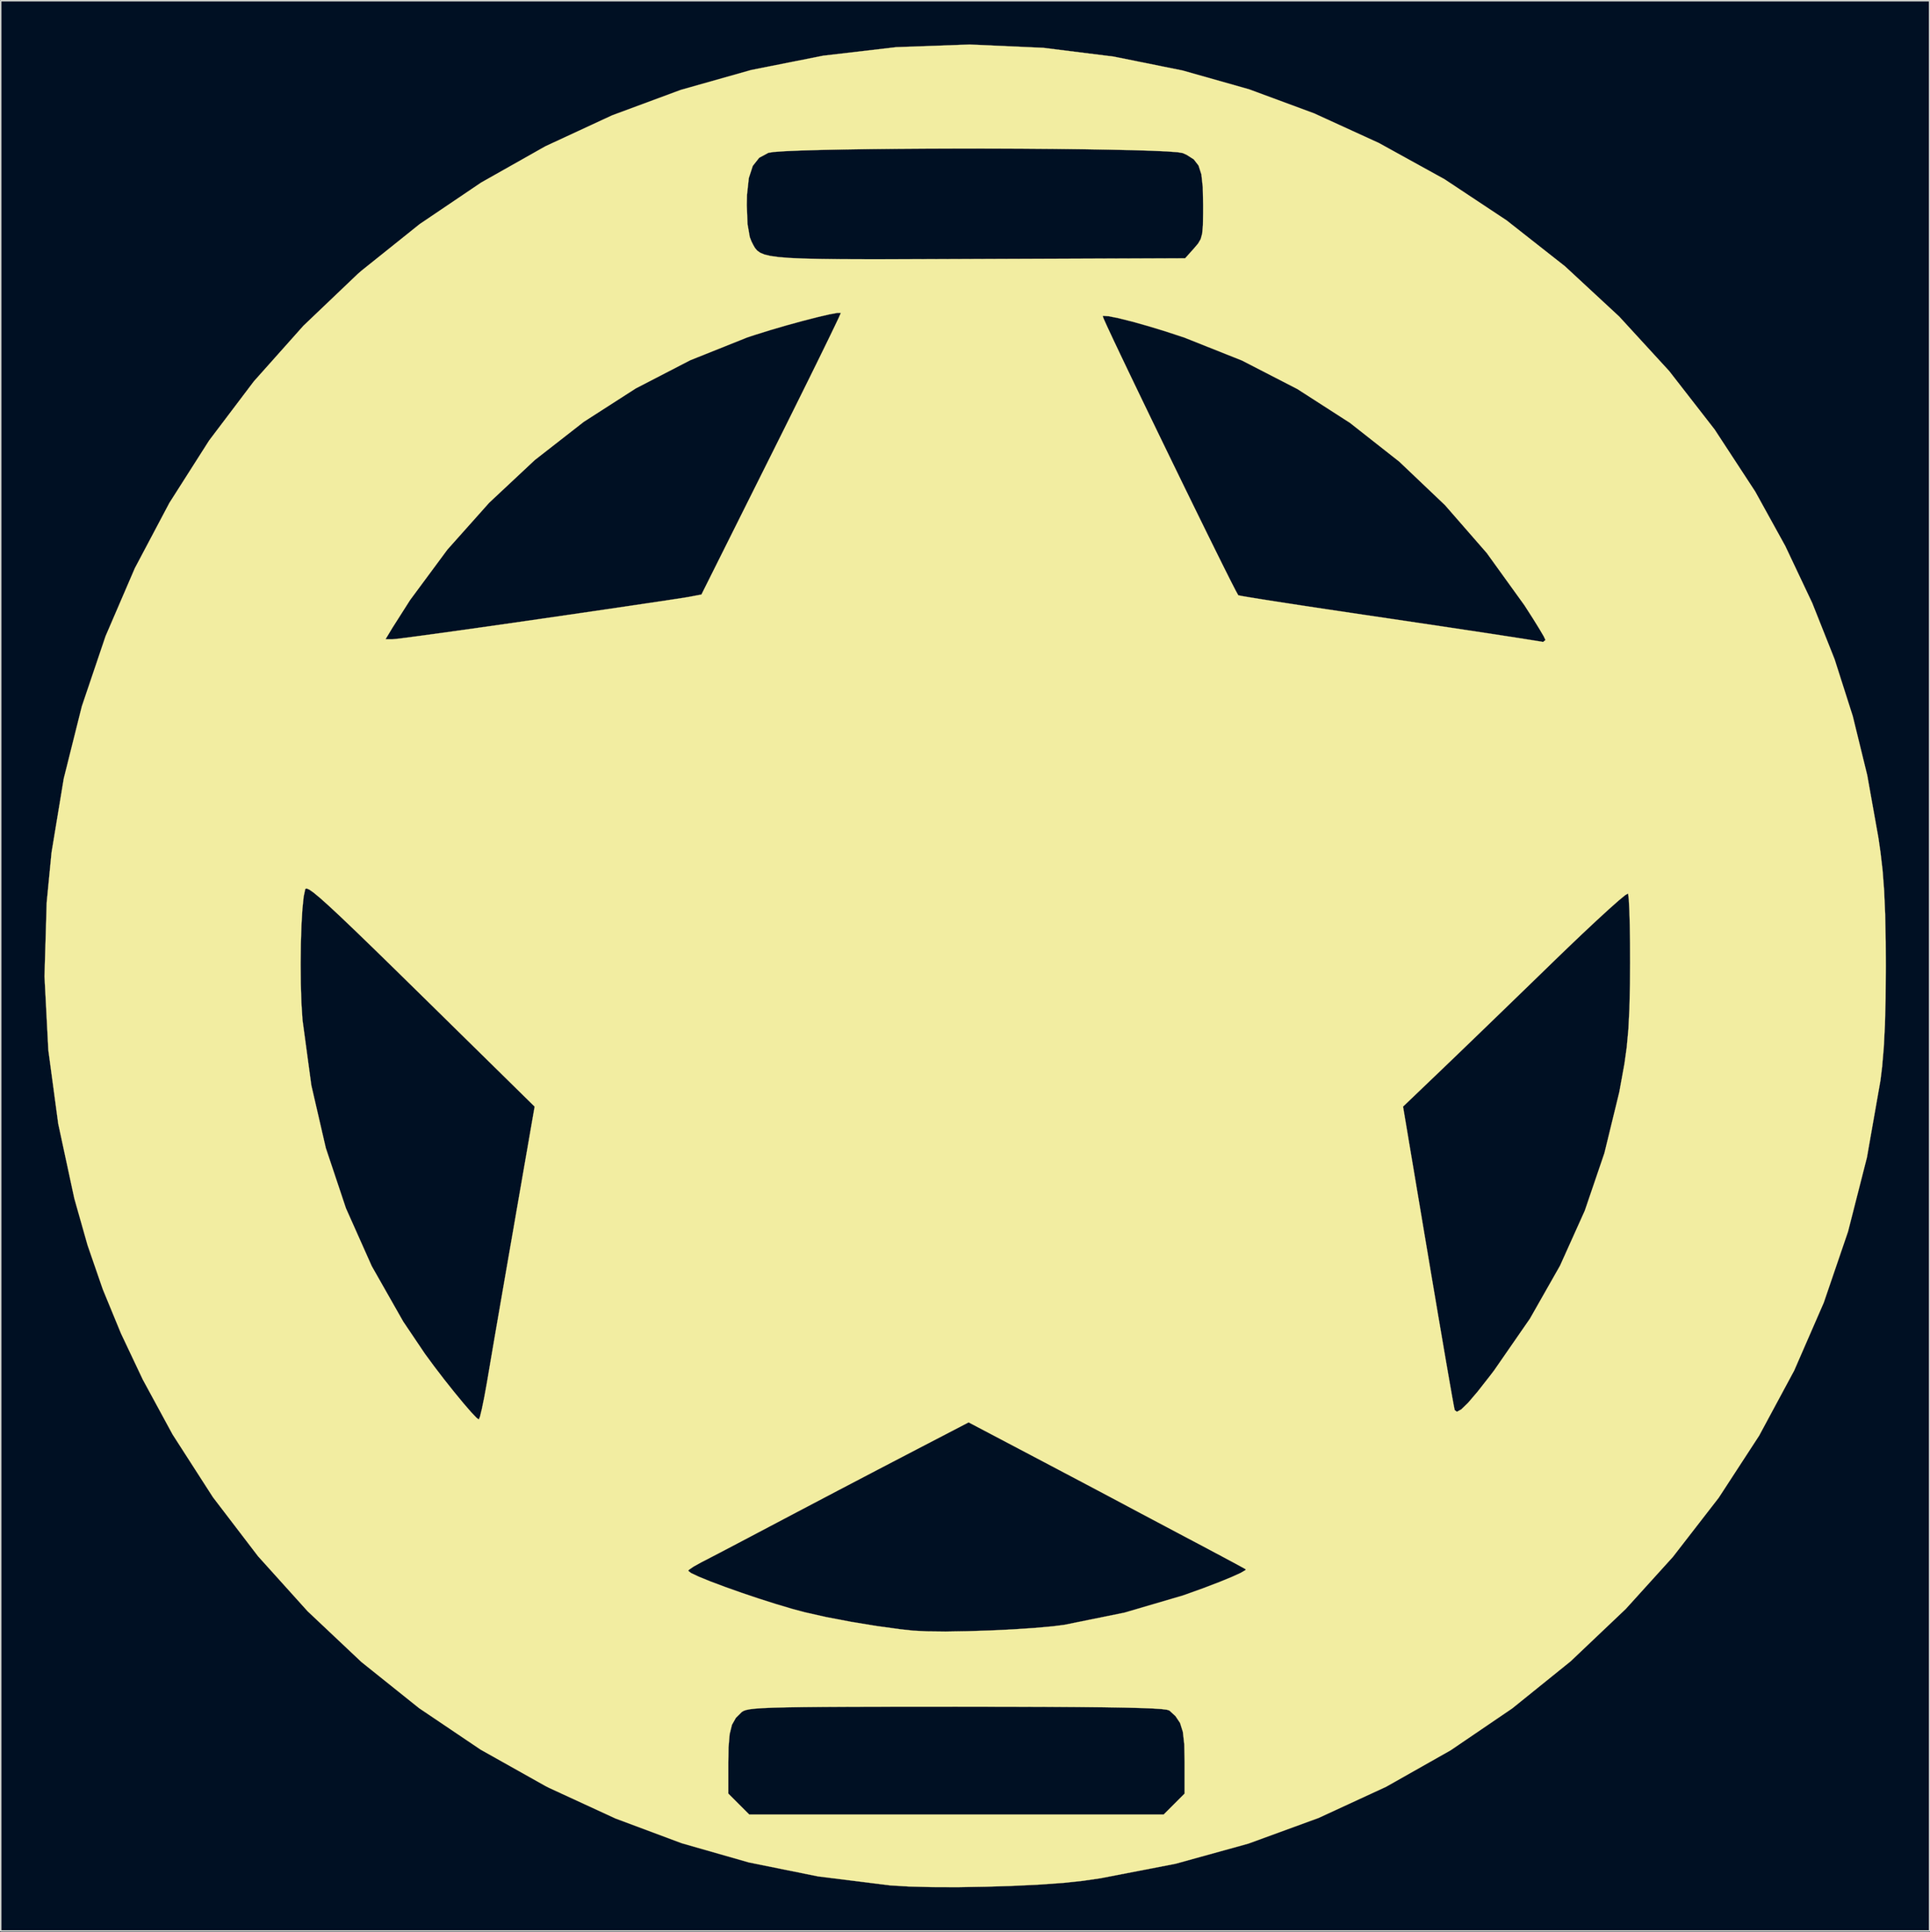
<source format=kicad_pcb>
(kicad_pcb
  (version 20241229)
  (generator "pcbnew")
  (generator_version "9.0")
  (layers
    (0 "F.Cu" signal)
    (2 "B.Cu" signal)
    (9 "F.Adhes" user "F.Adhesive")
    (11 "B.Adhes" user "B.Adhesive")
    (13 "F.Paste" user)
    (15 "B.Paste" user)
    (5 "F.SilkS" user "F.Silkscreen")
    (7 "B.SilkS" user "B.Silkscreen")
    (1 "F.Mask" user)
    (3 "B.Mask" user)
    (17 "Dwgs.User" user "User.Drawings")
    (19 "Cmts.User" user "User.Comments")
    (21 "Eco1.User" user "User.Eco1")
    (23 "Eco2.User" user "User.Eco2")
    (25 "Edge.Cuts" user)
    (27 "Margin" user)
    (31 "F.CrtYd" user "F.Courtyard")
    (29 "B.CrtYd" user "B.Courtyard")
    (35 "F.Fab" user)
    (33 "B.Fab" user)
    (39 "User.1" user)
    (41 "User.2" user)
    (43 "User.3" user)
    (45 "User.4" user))
  (footprint "PCB_Shape_01_120dpi"
    (layer "F.Cu")
    (at 63.242 63.251)
    (property "Reference" "PCB_Shape_01_120dpi" (at 0 0 0) (layer "F.SilkS") (effects (font (size 1.524 1.524) (thickness 0.3))))
    (attr through_hole)
    (fp_poly (pts (xy 5.341 -63.019) (xy 10.16 -62.418) (xy 14.893 -61.463) (xy 19.449 -60.174) (xy 23.912 -58.524) (xy 28.363 -56.489) (xy 32.87 -54.002) (xy 37.133 -51.177) (xy 41.135 -48.031) (xy 44.86 -44.58) (xy 48.29 -40.842) (xy 51.408 -36.833) (xy 54.197 -32.57) (xy 56.257 -28.84) (xy 58.111 -24.922) (xy 59.645 -21.066) (xy 60.891 -17.167) (xy 61.883 -13.119) (xy 62.652 -8.818) (xy 62.794 -7.832) (xy 62.94 -6.579) (xy 63.046 -5.187) (xy 63.116 -3.58) (xy 63.153 -1.683) (xy 63.161 0) (xy 63.147 2.168) (xy 63.102 3.989) (xy 63.024 5.537) (xy 62.909 6.889) (xy 62.794 7.832) (xy 61.864 13.125) (xy 60.567 18.208) (xy 58.902 23.082) (xy 56.868 27.749) (xy 54.465 32.211) (xy 51.69 36.471) (xy 48.544 40.531) (xy 45.307 44.104) (xy 41.527 47.692) (xy 37.519 50.924) (xy 33.293 53.797) (xy 28.859 56.304) (xy 24.226 58.442) (xy 19.404 60.204) (xy 14.404 61.587) (xy 9.235 62.585) (xy 8.043 62.757) (xy 6.743 62.896) (xy 5.129 63.012) (xy 3.308 63.101) (xy 1.385 63.162) (xy -0.535 63.192) (xy -2.346 63.187) (xy -3.943 63.147) (xy -5.186 63.071) (xy -10.13 62.455) (xy -14.878 61.497) (xy -19.494 60.177) (xy -24.045 58.478) (xy -28.594 56.381) (xy -28.84 56.257) (xy -31.762 54.617) (xy -16.298 54.617) (xy -16.298 56.769) (xy -15.579 57.489) (xy -14.859 58.208) (xy 13.589 58.208) (xy 15.028 56.769) (xy 15.028 54.572) (xy 15.003 53.392) (xy 14.907 52.541) (xy 14.715 51.925) (xy 14.397 51.452) (xy 13.98 51.071) (xy 13.812 51.018) (xy 13.438 50.971) (xy 12.836 50.932) (xy 11.98 50.899) (xy 10.849 50.871) (xy 9.418 50.85) (xy 7.665 50.834) (xy 5.565 50.822) (xy 3.095 50.815) (xy 0.231 50.812) (xy -0.635 50.811) (xy -3.454 50.812) (xy -5.881 50.814) (xy -7.945 50.818) (xy -9.678 50.826) (xy -11.109 50.838) (xy -12.269 50.854) (xy -13.188 50.876) (xy -13.898 50.905) (xy -14.428 50.94) (xy -14.809 50.983) (xy -15.072 51.035) (xy -15.246 51.096) (xy -15.363 51.167) (xy -15.374 51.175) (xy -15.775 51.571) (xy -16.045 52.049) (xy -16.206 52.697) (xy -16.282 53.604) (xy -16.298 54.617) (xy -31.762 54.617) (xy -33.301 53.754) (xy -37.522 50.909) (xy -41.487 47.737) (xy -45.178 44.257) (xy -47.679 41.482) (xy -19.05 41.482) (xy -18.859 41.634) (xy -18.331 41.884) (xy -17.535 42.209) (xy -16.539 42.583) (xy -15.412 42.983) (xy -14.222 43.384) (xy -13.037 43.761) (xy -11.927 44.092) (xy -11.056 44.326) (xy -9.59 44.656) (xy -7.881 44.982) (xy -6.109 45.273) (xy -4.454 45.499) (xy -3.598 45.59) (xy -2.649 45.638) (xy -1.385 45.65) (xy 0.09 45.629) (xy 1.669 45.578) (xy 3.246 45.503) (xy 4.717 45.406) (xy 5.975 45.293) (xy 6.773 45.191) (xy 10.893 44.356) (xy 14.901 43.18) (xy 15.151 43.093) (xy 16.321 42.672) (xy 17.373 42.27) (xy 18.245 41.914) (xy 18.874 41.628) (xy 19.2 41.439) (xy 19.226 41.385) (xy 19.026 41.27) (xy 18.51 40.989) (xy 17.74 40.576) (xy 16.773 40.061) (xy 15.671 39.476) (xy 15.663 39.473) (xy 14.431 38.821) (xy 13.211 38.174) (xy 12.1 37.585) (xy 11.192 37.102) (xy 10.689 36.834) (xy 10.069 36.504) (xy 9.15 36.017) (xy 8.009 35.413) (xy 6.721 34.734) (xy 5.364 34.018) (xy 4.704 33.67) (xy 0.2 31.299) (xy -3.34 33.139) (xy -6.054 34.553) (xy -8.77 35.975) (xy -11.612 37.469) (xy -14.703 39.099) (xy -14.711 39.103) (xy -15.74 39.645) (xy -16.719 40.159) (xy -17.543 40.588) (xy -18.109 40.881) (xy -18.15 40.902) (xy -18.677 41.193) (xy -19.001 41.417) (xy -19.05 41.482) (xy -47.679 41.482) (xy -48.579 40.484) (xy -51.672 36.437) (xy -54.442 32.132) (xy -56.489 28.363) (xy -57.989 25.193) (xy -59.235 22.169) (xy -60.279 19.148) (xy -61.175 15.989) (xy -61.197 15.904) (xy -62.294 10.812) (xy -62.974 5.753) (xy -63.237 0.7) (xy -63.212 -0.162) (xy -45.655 -0.162) (xy -45.643 1.21) (xy -45.602 2.503) (xy -45.53 3.633) (xy -45.524 3.704) (xy -44.92 8.172) (xy -43.926 12.475) (xy -42.543 16.612) (xy -40.772 20.582) (xy -38.612 24.383) (xy -37.117 26.601) (xy -36.489 27.454) (xy -35.806 28.346) (xy -35.119 29.21) (xy -34.483 29.982) (xy -33.95 30.598) (xy -33.575 30.991) (xy -33.424 31.103) (xy -33.344 30.911) (xy -33.214 30.379) (xy -33.052 29.584) (xy -32.873 28.603) (xy -32.841 28.416) (xy -32.698 27.574) (xy -32.554 26.724) (xy -32.399 25.819) (xy -32.226 24.813) (xy -32.027 23.659) (xy -31.793 22.31) (xy -31.518 20.72) (xy -31.191 18.841) (xy -30.807 16.627) (xy -30.474 14.711) (xy -29.591 9.631) (xy 30.021 9.631) (xy 31.745 19.897) (xy 32.089 21.935) (xy 32.413 23.85) (xy 32.712 25.602) (xy 32.977 27.148) (xy 33.202 28.447) (xy 33.38 29.458) (xy 33.503 30.139) (xy 33.565 30.448) (xy 33.568 30.459) (xy 33.717 30.572) (xy 34.016 30.412) (xy 34.484 29.958) (xy 35.138 29.192) (xy 35.998 28.095) (xy 36.283 27.72) (xy 38.735 24.178) (xy 40.799 20.546) (xy 42.496 16.777) (xy 43.844 12.824) (xy 44.865 8.639) (xy 45.223 6.668) (xy 45.377 5.554) (xy 45.489 4.333) (xy 45.561 2.92) (xy 45.599 1.232) (xy 45.609 -0.247) (xy 45.604 -1.601) (xy 45.586 -2.81) (xy 45.558 -3.812) (xy 45.521 -4.542) (xy 45.478 -4.938) (xy 45.46 -4.987) (xy 45.277 -4.882) (xy 44.829 -4.514) (xy 44.153 -3.915) (xy 43.285 -3.119) (xy 42.261 -2.159) (xy 41.119 -1.069) (xy 40.319 -0.295) (xy 38.961 1.023) (xy 37.562 2.378) (xy 36.188 3.708) (xy 34.903 4.949) (xy 33.774 6.037) (xy 32.865 6.91) (xy 32.676 7.091) (xy 30.021 9.631) (xy -29.591 9.631) (xy -37.39 1.969) (xy -39.159 0.235) (xy -40.65 -1.22) (xy -41.888 -2.417) (xy -42.894 -3.377) (xy -43.691 -4.12) (xy -44.301 -4.667) (xy -44.748 -5.039) (xy -45.053 -5.255) (xy -45.24 -5.337) (xy -45.331 -5.305) (xy -45.339 -5.288) (xy -45.447 -4.774) (xy -45.534 -3.92) (xy -45.599 -2.811) (xy -45.64 -1.531) (xy -45.655 -0.162) (xy -63.212 -0.162) (xy -63.087 -4.372) (xy -62.752 -7.817) (xy -61.915 -12.88) (xy -60.675 -17.831) (xy -59.117 -22.437) (xy -39.828 -22.437) (xy -39.344 -22.437) (xy -39.039 -22.466) (xy -38.36 -22.551) (xy -37.351 -22.685) (xy -36.057 -22.861) (xy -34.521 -23.075) (xy -32.788 -23.319) (xy -30.903 -23.588) (xy -29.325 -23.815) (xy -27.335 -24.104) (xy -25.45 -24.378) (xy -23.715 -24.633) (xy -22.178 -24.86) (xy -20.886 -25.052) (xy -19.883 -25.204) (xy -19.218 -25.307) (xy -18.966 -25.35) (xy -18.141 -25.506) (xy -13.328 -35.137) (xy -12.394 -37.008) (xy -11.523 -38.762) (xy -10.73 -40.363) (xy -10.035 -41.774) (xy -9.455 -42.961) (xy -9.007 -43.887) (xy -8.708 -44.516) (xy -8.667 -44.61) (xy 9.402 -44.61) (xy 9.478 -44.412) (xy 9.719 -43.879) (xy 10.104 -43.055) (xy 10.613 -41.982) (xy 11.223 -40.705) (xy 11.914 -39.268) (xy 12.663 -37.716) (xy 13.45 -36.091) (xy 14.253 -34.438) (xy 15.051 -32.8) (xy 15.823 -31.223) (xy 16.547 -29.749) (xy 17.202 -28.422) (xy 17.766 -27.287) (xy 18.218 -26.388) (xy 18.537 -25.768) (xy 18.701 -25.471) (xy 18.714 -25.454) (xy 18.932 -25.408) (xy 19.526 -25.308) (xy 20.449 -25.16) (xy 21.658 -24.971) (xy 23.108 -24.749) (xy 24.755 -24.5) (xy 26.554 -24.232) (xy 27.333 -24.116) (xy 30.147 -23.7) (xy 32.569 -23.339) (xy 34.623 -23.031) (xy 36.336 -22.771) (xy 37.733 -22.556) (xy 38.841 -22.381) (xy 39.635 -22.252) (xy 39.792 -22.377) (xy 39.793 -22.395) (xy 39.684 -22.628) (xy 39.384 -23.139) (xy 38.94 -23.856) (xy 38.395 -24.705) (xy 38.349 -24.776) (xy 35.769 -28.353) (xy 32.9 -31.641) (xy 29.762 -34.624) (xy 26.38 -37.283) (xy 22.774 -39.602) (xy 18.967 -41.562) (xy 15.02 -43.133) (xy 13.773 -43.544) (xy 12.562 -43.915) (xy 11.456 -44.226) (xy 10.522 -44.461) (xy 9.83 -44.601) (xy 9.448 -44.628) (xy 9.402 -44.61) (xy -8.667 -44.61) (xy -8.577 -44.813) (xy -8.573 -44.832) (xy -8.814 -44.831) (xy -9.383 -44.725) (xy -10.202 -44.534) (xy -11.193 -44.279) (xy -12.281 -43.981) (xy -13.386 -43.658) (xy -14.433 -43.333) (xy -15.028 -43.135) (xy -18.909 -41.583) (xy -22.65 -39.648) (xy -26.218 -37.356) (xy -29.583 -34.732) (xy -32.713 -31.803) (xy -35.576 -28.594) (xy -38.139 -25.132) (xy -39.35 -23.23) (xy -39.828 -22.437) (xy -59.117 -22.437) (xy -59.045 -22.649) (xy -57.037 -27.31) (xy -54.663 -31.794) (xy -51.935 -36.076) (xy -48.864 -40.135) (xy -45.462 -43.95) (xy -41.742 -47.496) (xy -41.487 -47.719) (xy -37.484 -50.923) (xy -35.566 -52.218) (xy -15.028 -52.218) (xy -14.978 -50.929) (xy -14.825 -50.039) (xy -14.708 -49.737) (xy -14.586 -49.495) (xy -14.466 -49.287) (xy -14.318 -49.11) (xy -14.112 -48.961) (xy -13.817 -48.838) (xy -13.405 -48.739) (xy -12.843 -48.661) (xy -12.103 -48.602) (xy -11.154 -48.56) (xy -9.965 -48.533) (xy -8.507 -48.517) (xy -6.75 -48.512) (xy -4.662 -48.513) (xy -2.215 -48.52) (xy 0.623 -48.53) (xy 0.917 -48.531) (xy 15.063 -48.578) (xy 15.681 -49.269) (xy 15.954 -49.593) (xy 16.132 -49.898) (xy 16.235 -50.281) (xy 16.283 -50.842) (xy 16.297 -51.678) (xy 16.298 -52.238) (xy 16.274 -53.457) (xy 16.179 -54.332) (xy 15.983 -54.941) (xy 15.657 -55.364) (xy 15.168 -55.676) (xy 14.902 -55.797) (xy 14.546 -55.857) (xy 13.812 -55.91) (xy 12.743 -55.957) (xy 11.385 -55.998) (xy 9.781 -56.032) (xy 7.976 -56.06) (xy 6.014 -56.081) (xy 3.94 -56.095) (xy 1.799 -56.103) (xy -0.365 -56.105) (xy -2.509 -56.099) (xy -4.586 -56.087) (xy -6.553 -56.068) (xy -8.366 -56.043) (xy -9.979 -56.011) (xy -11.349 -55.971) (xy -12.431 -55.925) (xy -13.181 -55.873) (xy -13.547 -55.815) (xy -14.178 -55.474) (xy -14.618 -54.915) (xy -14.889 -54.084) (xy -15.014 -52.926) (xy -15.028 -52.218) (xy -35.566 -52.218) (xy -33.265 -53.773) (xy -28.854 -56.263) (xy -24.276 -58.385) (xy -19.555 -60.134) (xy -14.716 -61.501) (xy -9.782 -62.48) (xy -4.778 -63.064) (xy 0.271 -63.246) (xy 5.341 -63.019)) (stroke (width 0.01) (type solid)) (fill yes) (layer "F.SilkS")))
  (gr_rect
    (start -3 -3)
    (end 129.408 129.448)
    (stroke (width 0.1) (type default))
    (fill no)
    (layer "Edge.Cuts")))
</source>
